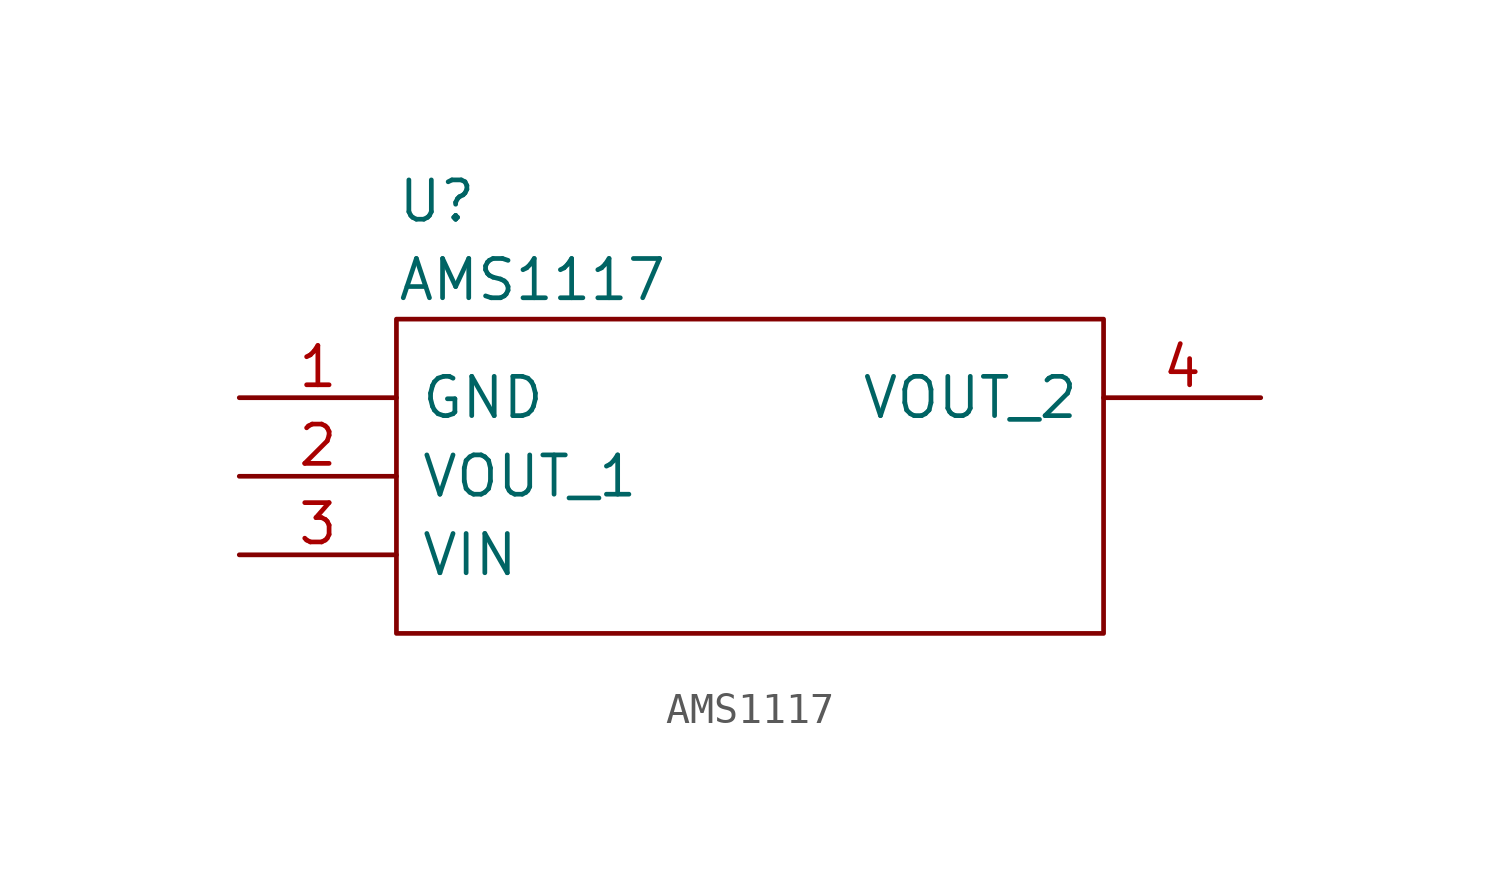
<source format=kicad_sym>
(kicad_symbol_lib
  (version 20211014)
  (generator kicad_symbol_editor)
  (symbol "AMS1117"
    (pin_names
      (offset 0.762))
    (property "Reference" "U"
      (at -11.43 8.89 0)
      (effects (font (size 1.27 1.27)) (justify left)))
    (property "Value" "AMS1117"
      (at -11.43 6.35 0)
      (effects (font (size 1.27 1.27)) (justify left)))
    (symbol "AMS1117_0_0"
      (pin passive line (at -16.51 2.54 0) (length 5.08) (name "GND" (effects (font (size 1.27 1.27)))) (number "1" (effects (font (size 1.27 1.27)))))
      (pin passive line (at -16.51 0 0) (length 5.08) (name "VOUT_1" (effects (font (size 1.27 1.27)))) (number "2" (effects (font (size 1.27 1.27)))))
      (pin passive line (at -16.51 -2.54 0) (length 5.08) (name "VIN" (effects (font (size 1.27 1.27)))) (number "3" (effects (font (size 1.27 1.27)))))
      (pin passive line (at 16.51 2.54 180) (length 5.08) (name "VOUT_2" (effects (font (size 1.27 1.27)))) (number "4" (effects (font (size 1.27 1.27))))))
    (symbol "AMS1117_0_1"
      (polyline (pts (xy -11.43 5.08) (xy 11.43 5.08) (xy 11.43 -5.08) (xy -11.43 -5.08) (xy -11.43 5.08)) (stroke (width 0.152) (type default) (color 0 0 0 0)) (fill (type none))))))
</source>
